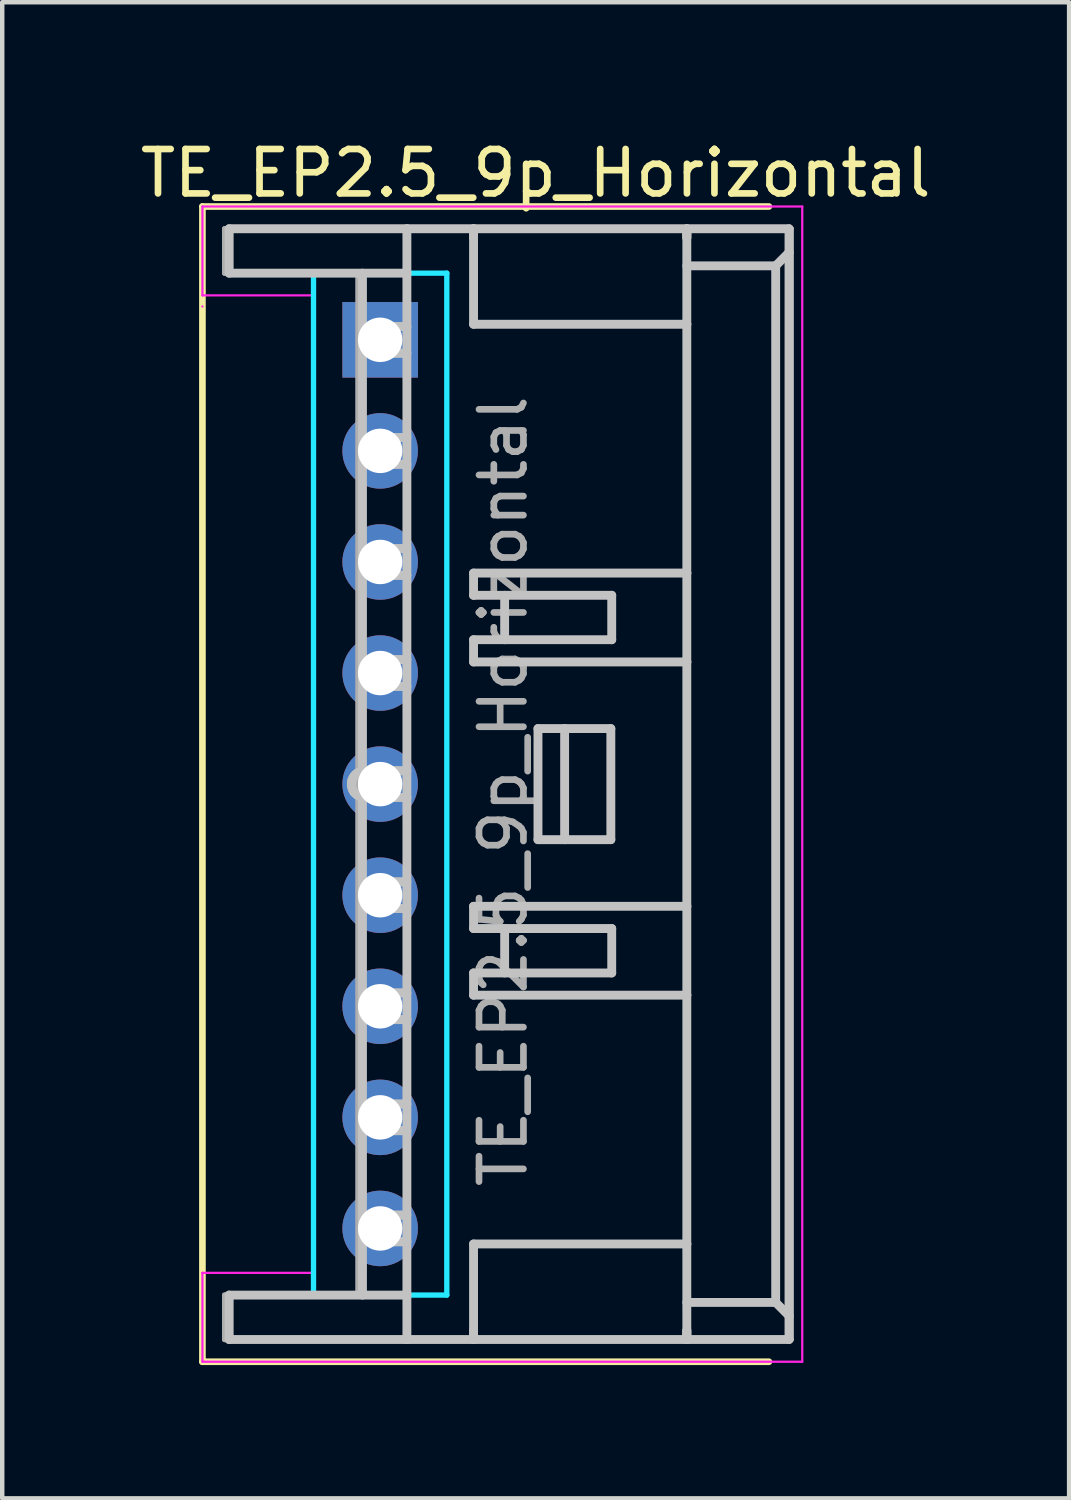
<source format=kicad_pcb>
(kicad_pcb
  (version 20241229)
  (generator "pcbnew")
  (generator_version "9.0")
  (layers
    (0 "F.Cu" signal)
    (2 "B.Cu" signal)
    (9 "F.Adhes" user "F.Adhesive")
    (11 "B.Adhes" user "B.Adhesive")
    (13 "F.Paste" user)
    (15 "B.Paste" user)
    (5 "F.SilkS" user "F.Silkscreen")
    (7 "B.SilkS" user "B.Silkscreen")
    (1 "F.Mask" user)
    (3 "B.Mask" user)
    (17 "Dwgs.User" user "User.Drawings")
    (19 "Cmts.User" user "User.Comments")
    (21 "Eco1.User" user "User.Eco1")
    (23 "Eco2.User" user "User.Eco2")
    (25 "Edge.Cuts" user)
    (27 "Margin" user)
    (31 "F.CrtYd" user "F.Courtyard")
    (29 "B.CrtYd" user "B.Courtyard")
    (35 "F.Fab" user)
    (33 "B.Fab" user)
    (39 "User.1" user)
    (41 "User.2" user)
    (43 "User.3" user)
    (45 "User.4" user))
  (footprint "TE_EP2.5_9p_Horizontal"
    (layer "F.Cu")
    (at 5.506 14.598)
    (property "Reference" "TE_EP2.5_9p_Horizontal" (at 3.5 -13.75 0) (layer "F.SilkS") (effects (font (size 1 1) (thickness 0.15))))
    (attr through_hole)
    (fp_line (start -4 -13) (end -4 13) (stroke (width 0.15) (type solid)) (layer "F.SilkS"))
    (fp_line (start -4 13) (end 8.75 13) (stroke (width 0.15) (type solid)) (layer "F.SilkS"))
    (fp_line (start 8.75 -13) (end -4 -13) (stroke (width 0.15) (type solid)) (layer "F.SilkS"))
    (fp_line (start -3.398 -12.5) (end 0.602 -12.5) (stroke (width 0.2) (type solid)) (layer "Dwgs.User"))
    (fp_line (start -3.398 -11.5) (end -3.398 -12.5) (stroke (width 0.2) (type solid)) (layer "Dwgs.User"))
    (fp_line (start -3.398 -11.5) (end 0.602 -11.5) (stroke (width 0.2) (type solid)) (layer "Dwgs.User"))
    (fp_line (start -3.398 11.5) (end 0.602 11.5) (stroke (width 0.2) (type solid)) (layer "Dwgs.User"))
    (fp_line (start -3.398 12.5) (end -3.398 11.5) (stroke (width 0.2) (type solid)) (layer "Dwgs.User"))
    (fp_line (start -3.398 12.5) (end 0.602 12.5) (stroke (width 0.2) (type solid)) (layer "Dwgs.User"))
    (fp_line (start -0.647 -0.027) (end -0.648 0) (stroke (width 0.2) (type solid)) (layer "Dwgs.User"))
    (fp_line (start -0.647 0.027) (end -0.648 0) (stroke (width 0.2) (type solid)) (layer "Dwgs.User"))
    (fp_line (start -0.639 -0.072) (end -0.647 -0.027) (stroke (width 0.2) (type solid)) (layer "Dwgs.User"))
    (fp_line (start -0.639 0.072) (end -0.647 0.027) (stroke (width 0.2) (type solid)) (layer "Dwgs.User"))
    (fp_line (start -0.631 -0.099) (end -0.639 -0.072) (stroke (width 0.2) (type solid)) (layer "Dwgs.User"))
    (fp_line (start -0.624 0.116) (end -0.639 0.072) (stroke (width 0.2) (type solid)) (layer "Dwgs.User"))
    (fp_line (start -0.624 0.116) (end -0.614 0.139) (stroke (width 0.2) (type solid)) (layer "Dwgs.User"))
    (fp_line (start -0.614 -0.139) (end -0.631 -0.099) (stroke (width 0.2) (type solid)) (layer "Dwgs.User"))
    (fp_line (start -0.614 0.139) (end -0.588 0.18) (stroke (width 0.2) (type solid)) (layer "Dwgs.User"))
    (fp_line (start -0.598 -0.165) (end -0.614 -0.139) (stroke (width 0.2) (type solid)) (layer "Dwgs.User"))
    (fp_line (start -0.588 0.18) (end -0.573 0.199) (stroke (width 0.2) (type solid)) (layer "Dwgs.User"))
    (fp_line (start -0.573 -0.199) (end -0.598 -0.165) (stroke (width 0.2) (type solid)) (layer "Dwgs.User"))
    (fp_line (start -0.573 0.199) (end -0.536 0.233) (stroke (width 0.2) (type solid)) (layer "Dwgs.User"))
    (fp_line (start -0.55 -0.222) (end -0.573 -0.199) (stroke (width 0.2) (type solid)) (layer "Dwgs.User"))
    (fp_line (start -0.536 0.233) (end -0.518 0.247) (stroke (width 0.2) (type solid)) (layer "Dwgs.User"))
    (fp_line (start -0.518 -0.247) (end -0.55 -0.222) (stroke (width 0.2) (type solid)) (layer "Dwgs.User"))
    (fp_line (start -0.518 0.247) (end -0.472 0.273) (stroke (width 0.2) (type solid)) (layer "Dwgs.User"))
    (fp_line (start -0.488 -0.265) (end -0.518 -0.247) (stroke (width 0.2) (type solid)) (layer "Dwgs.User"))
    (fp_line (start -0.488 -0.265) (end -0.454 -0.281) (stroke (width 0.2) (type solid)) (layer "Dwgs.User"))
    (fp_line (start -0.472 0.273) (end -0.454 0.281) (stroke (width 0.2) (type solid)) (layer "Dwgs.User"))
    (fp_line (start -0.409 -0.293) (end -0.454 -0.281) (stroke (width 0.2) (type solid)) (layer "Dwgs.User"))
    (fp_line (start -0.409 -0.293) (end -0.398 -0.296) (stroke (width 0.2) (type solid)) (layer "Dwgs.User"))
    (fp_line (start -0.398 0.295) (end -0.454 0.281) (stroke (width 0.2) (type solid)) (layer "Dwgs.User"))
    (fp_line (start -0.398 11.5) (end -0.398 -11.5) (stroke (width 0.2) (type solid)) (layer "Dwgs.User"))
    (fp_line (start -0.298 -10) (end -0.289 -10.072) (stroke (width 0.2) (type solid)) (layer "Dwgs.User"))
    (fp_line (start -0.298 -7.5) (end -0.289 -7.428) (stroke (width 0.2) (type solid)) (layer "Dwgs.User"))
    (fp_line (start -0.298 -5) (end -0.289 -4.928) (stroke (width 0.2) (type solid)) (layer "Dwgs.User"))
    (fp_line (start -0.298 -2.5) (end -0.289 -2.428) (stroke (width 0.2) (type solid)) (layer "Dwgs.User"))
    (fp_line (start -0.298 0) (end -0.289 -0.072) (stroke (width 0.2) (type solid)) (layer "Dwgs.User"))
    (fp_line (start -0.298 2.5) (end -0.289 2.572) (stroke (width 0.2) (type solid)) (layer "Dwgs.User"))
    (fp_line (start -0.298 5) (end -0.289 5.072) (stroke (width 0.2) (type solid)) (layer "Dwgs.User"))
    (fp_line (start -0.298 7.5) (end -0.289 7.572) (stroke (width 0.2) (type solid)) (layer "Dwgs.User"))
    (fp_line (start -0.298 10) (end -0.289 10.072) (stroke (width 0.2) (type solid)) (layer "Dwgs.User"))
    (fp_line (start -0.29 -10.07) (end -0.289 -10.071) (stroke (width 0.2) (type solid)) (layer "Dwgs.User"))
    (fp_line (start -0.29 -0.066) (end -0.292 -0.058) (stroke (width 0.2) (type solid)) (layer "Dwgs.User"))
    (fp_line (start -0.29 9.934) (end -0.292 9.942) (stroke (width 0.2) (type solid)) (layer "Dwgs.User"))
    (fp_line (start -0.289 -10.072) (end -0.264 -10.139) (stroke (width 0.2) (type solid)) (layer "Dwgs.User"))
    (fp_line (start -0.289 -9.928) (end -0.298 -10) (stroke (width 0.2) (type solid)) (layer "Dwgs.User"))
    (fp_line (start -0.289 -7.572) (end -0.298 -7.5) (stroke (width 0.2) (type solid)) (layer "Dwgs.User"))
    (fp_line (start -0.289 -7.428) (end -0.264 -7.361) (stroke (width 0.2) (type solid)) (layer "Dwgs.User"))
    (fp_line (start -0.289 -5.072) (end -0.298 -5) (stroke (width 0.2) (type solid)) (layer "Dwgs.User"))
    (fp_line (start -0.289 -4.928) (end -0.264 -4.861) (stroke (width 0.2) (type solid)) (layer "Dwgs.User"))
    (fp_line (start -0.289 -2.572) (end -0.298 -2.5) (stroke (width 0.2) (type solid)) (layer "Dwgs.User"))
    (fp_line (start -0.289 -2.428) (end -0.264 -2.361) (stroke (width 0.2) (type solid)) (layer "Dwgs.User"))
    (fp_line (start -0.289 -0.072) (end -0.264 -0.139) (stroke (width 0.2) (type solid)) (layer "Dwgs.User"))
    (fp_line (start -0.289 0.072) (end -0.298 0) (stroke (width 0.2) (type solid)) (layer "Dwgs.User"))
    (fp_line (start -0.289 2.428) (end -0.298 2.5) (stroke (width 0.2) (type solid)) (layer "Dwgs.User"))
    (fp_line (start -0.289 2.572) (end -0.264 2.639) (stroke (width 0.2) (type solid)) (layer "Dwgs.User"))
    (fp_line (start -0.289 4.928) (end -0.298 5) (stroke (width 0.2) (type solid)) (layer "Dwgs.User"))
    (fp_line (start -0.289 5.072) (end -0.264 5.139) (stroke (width 0.2) (type solid)) (layer "Dwgs.User"))
    (fp_line (start -0.289 7.428) (end -0.298 7.5) (stroke (width 0.2) (type solid)) (layer "Dwgs.User"))
    (fp_line (start -0.289 7.572) (end -0.264 7.639) (stroke (width 0.2) (type solid)) (layer "Dwgs.User"))
    (fp_line (start -0.289 9.928) (end -0.298 10) (stroke (width 0.2) (type solid)) (layer "Dwgs.User"))
    (fp_line (start -0.289 10.072) (end -0.264 10.139) (stroke (width 0.2) (type solid)) (layer "Dwgs.User"))
    (fp_line (start -0.275 -0.114) (end -0.284 -0.086) (stroke (width 0.2) (type solid)) (layer "Dwgs.User"))
    (fp_line (start -0.268 -0.127) (end -0.275 -0.114) (stroke (width 0.2) (type solid)) (layer "Dwgs.User"))
    (fp_line (start -0.268 9.873) (end -0.275 9.886) (stroke (width 0.2) (type solid)) (layer "Dwgs.User"))
    (fp_line (start -0.266 -10.136) (end -0.264 -10.137) (stroke (width 0.2) (type solid)) (layer "Dwgs.User"))
    (fp_line (start -0.264 -10.139) (end -0.223 -10.199) (stroke (width 0.2) (type solid)) (layer "Dwgs.User"))
    (fp_line (start -0.264 -9.861) (end -0.289 -9.928) (stroke (width 0.2) (type solid)) (layer "Dwgs.User"))
    (fp_line (start -0.264 -7.639) (end -0.289 -7.572) (stroke (width 0.2) (type solid)) (layer "Dwgs.User"))
    (fp_line (start -0.264 -7.361) (end -0.223 -7.301) (stroke (width 0.2) (type solid)) (layer "Dwgs.User"))
    (fp_line (start -0.264 -5.139) (end -0.289 -5.072) (stroke (width 0.2) (type solid)) (layer "Dwgs.User"))
    (fp_line (start -0.264 -4.861) (end -0.223 -4.801) (stroke (width 0.2) (type solid)) (layer "Dwgs.User"))
    (fp_line (start -0.264 -2.639) (end -0.289 -2.572) (stroke (width 0.2) (type solid)) (layer "Dwgs.User"))
    (fp_line (start -0.264 -2.361) (end -0.223 -2.301) (stroke (width 0.2) (type solid)) (layer "Dwgs.User"))
    (fp_line (start -0.264 -0.139) (end -0.223 -0.199) (stroke (width 0.2) (type solid)) (layer "Dwgs.User"))
    (fp_line (start -0.264 0.139) (end -0.289 0.072) (stroke (width 0.2) (type solid)) (layer "Dwgs.User"))
    (fp_line (start -0.264 2.361) (end -0.289 2.428) (stroke (width 0.2) (type solid)) (layer "Dwgs.User"))
    (fp_line (start -0.264 2.639) (end -0.223 2.699) (stroke (width 0.2) (type solid)) (layer "Dwgs.User"))
    (fp_line (start -0.264 4.861) (end -0.289 4.928) (stroke (width 0.2) (type solid)) (layer "Dwgs.User"))
    (fp_line (start -0.264 5.139) (end -0.223 5.199) (stroke (width 0.2) (type solid)) (layer "Dwgs.User"))
    (fp_line (start -0.264 7.361) (end -0.289 7.428) (stroke (width 0.2) (type solid)) (layer "Dwgs.User"))
    (fp_line (start -0.264 7.639) (end -0.223 7.699) (stroke (width 0.2) (type solid)) (layer "Dwgs.User"))
    (fp_line (start -0.264 9.861) (end -0.289 9.928) (stroke (width 0.2) (type solid)) (layer "Dwgs.User"))
    (fp_line (start -0.264 10.139) (end -0.223 10.199) (stroke (width 0.2) (type solid)) (layer "Dwgs.User"))
    (fp_line (start -0.248 -10.162) (end -0.227 -10.194) (stroke (width 0.2) (type solid)) (layer "Dwgs.User"))
    (fp_line (start -0.241 9.824) (end -0.252 9.844) (stroke (width 0.2) (type solid)) (layer "Dwgs.User"))
    (fp_line (start -0.231 -0.187) (end -0.241 -0.176) (stroke (width 0.2) (type solid)) (layer "Dwgs.User"))
    (fp_line (start -0.231 9.813) (end -0.241 9.824) (stroke (width 0.2) (type solid)) (layer "Dwgs.User"))
    (fp_line (start -0.227 -10.194) (end -0.224 -10.196) (stroke (width 0.2) (type solid)) (layer "Dwgs.User"))
    (fp_line (start -0.223 -10.199) (end -0.168 -10.247) (stroke (width 0.2) (type solid)) (layer "Dwgs.User"))
    (fp_line (start -0.223 -9.801) (end -0.264 -9.861) (stroke (width 0.2) (type solid)) (layer "Dwgs.User"))
    (fp_line (start -0.223 -7.699) (end -0.264 -7.639) (stroke (width 0.2) (type solid)) (layer "Dwgs.User"))
    (fp_line (start -0.223 -7.301) (end -0.168 -7.253) (stroke (width 0.2) (type solid)) (layer "Dwgs.User"))
    (fp_line (start -0.223 -5.199) (end -0.264 -5.139) (stroke (width 0.2) (type solid)) (layer "Dwgs.User"))
    (fp_line (start -0.223 -4.801) (end -0.168 -4.753) (stroke (width 0.2) (type solid)) (layer "Dwgs.User"))
    (fp_line (start -0.223 -2.699) (end -0.264 -2.639) (stroke (width 0.2) (type solid)) (layer "Dwgs.User"))
    (fp_line (start -0.223 -2.301) (end -0.168 -2.253) (stroke (width 0.2) (type solid)) (layer "Dwgs.User"))
    (fp_line (start -0.223 -0.199) (end -0.168 -0.247) (stroke (width 0.2) (type solid)) (layer "Dwgs.User"))
    (fp_line (start -0.223 0.199) (end -0.264 0.139) (stroke (width 0.2) (type solid)) (layer "Dwgs.User"))
    (fp_line (start -0.223 2.301) (end -0.264 2.361) (stroke (width 0.2) (type solid)) (layer "Dwgs.User"))
    (fp_line (start -0.223 2.699) (end -0.168 2.747) (stroke (width 0.2) (type solid)) (layer "Dwgs.User"))
    (fp_line (start -0.223 4.801) (end -0.264 4.861) (stroke (width 0.2) (type solid)) (layer "Dwgs.User"))
    (fp_line (start -0.223 5.199) (end -0.168 5.247) (stroke (width 0.2) (type solid)) (layer "Dwgs.User"))
    (fp_line (start -0.223 7.301) (end -0.264 7.361) (stroke (width 0.2) (type solid)) (layer "Dwgs.User"))
    (fp_line (start -0.223 7.699) (end -0.168 7.747) (stroke (width 0.2) (type solid)) (layer "Dwgs.User"))
    (fp_line (start -0.223 9.801) (end -0.264 9.861) (stroke (width 0.2) (type solid)) (layer "Dwgs.User"))
    (fp_line (start -0.223 10.199) (end -0.168 10.247) (stroke (width 0.2) (type solid)) (layer "Dwgs.User"))
    (fp_line (start -0.168 -10.247) (end -0.104 -10.281) (stroke (width 0.2) (type solid)) (layer "Dwgs.User"))
    (fp_line (start -0.168 -9.753) (end -0.223 -9.801) (stroke (width 0.2) (type solid)) (layer "Dwgs.User"))
    (fp_line (start -0.168 -7.747) (end -0.223 -7.699) (stroke (width 0.2) (type solid)) (layer "Dwgs.User"))
    (fp_line (start -0.168 -7.253) (end -0.104 -7.219) (stroke (width 0.2) (type solid)) (layer "Dwgs.User"))
    (fp_line (start -0.168 -5.247) (end -0.223 -5.199) (stroke (width 0.2) (type solid)) (layer "Dwgs.User"))
    (fp_line (start -0.168 -4.753) (end -0.104 -4.719) (stroke (width 0.2) (type solid)) (layer "Dwgs.User"))
    (fp_line (start -0.168 -2.747) (end -0.223 -2.699) (stroke (width 0.2) (type solid)) (layer "Dwgs.User"))
    (fp_line (start -0.168 -2.253) (end -0.104 -2.219) (stroke (width 0.2) (type solid)) (layer "Dwgs.User"))
    (fp_line (start -0.168 -0.247) (end -0.104 -0.281) (stroke (width 0.2) (type solid)) (layer "Dwgs.User"))
    (fp_line (start -0.168 0.247) (end -0.223 0.199) (stroke (width 0.2) (type solid)) (layer "Dwgs.User"))
    (fp_line (start -0.168 2.253) (end -0.223 2.301) (stroke (width 0.2) (type solid)) (layer "Dwgs.User"))
    (fp_line (start -0.168 2.747) (end -0.104 2.781) (stroke (width 0.2) (type solid)) (layer "Dwgs.User"))
    (fp_line (start -0.168 4.753) (end -0.223 4.801) (stroke (width 0.2) (type solid)) (layer "Dwgs.User"))
    (fp_line (start -0.168 5.247) (end -0.104 5.281) (stroke (width 0.2) (type solid)) (layer "Dwgs.User"))
    (fp_line (start -0.168 7.253) (end -0.223 7.301) (stroke (width 0.2) (type solid)) (layer "Dwgs.User"))
    (fp_line (start -0.168 7.747) (end -0.104 7.781) (stroke (width 0.2) (type solid)) (layer "Dwgs.User"))
    (fp_line (start -0.168 9.753) (end -0.223 9.801) (stroke (width 0.2) (type solid)) (layer "Dwgs.User"))
    (fp_line (start -0.168 10.247) (end -0.104 10.281) (stroke (width 0.2) (type solid)) (layer "Dwgs.User"))
    (fp_line (start -0.104 -10.281) (end -0.034 -10.298) (stroke (width 0.2) (type solid)) (layer "Dwgs.User"))
    (fp_line (start -0.104 -9.719) (end -0.168 -9.753) (stroke (width 0.2) (type solid)) (layer "Dwgs.User"))
    (fp_line (start -0.104 -7.781) (end -0.168 -7.747) (stroke (width 0.2) (type solid)) (layer "Dwgs.User"))
    (fp_line (start -0.104 -7.219) (end -0.034 -7.202) (stroke (width 0.2) (type solid)) (layer "Dwgs.User"))
    (fp_line (start -0.104 -5.281) (end -0.168 -5.247) (stroke (width 0.2) (type solid)) (layer "Dwgs.User"))
    (fp_line (start -0.104 -4.719) (end -0.034 -4.702) (stroke (width 0.2) (type solid)) (layer "Dwgs.User"))
    (fp_line (start -0.104 -2.781) (end -0.168 -2.747) (stroke (width 0.2) (type solid)) (layer "Dwgs.User"))
    (fp_line (start -0.104 -2.219) (end -0.034 -2.202) (stroke (width 0.2) (type solid)) (layer "Dwgs.User"))
    (fp_line (start -0.104 -0.281) (end -0.034 -0.298) (stroke (width 0.2) (type solid)) (layer "Dwgs.User"))
    (fp_line (start -0.104 0.281) (end -0.168 0.247) (stroke (width 0.2) (type solid)) (layer "Dwgs.User"))
    (fp_line (start -0.104 2.219) (end -0.168 2.253) (stroke (width 0.2) (type solid)) (layer "Dwgs.User"))
    (fp_line (start -0.104 2.781) (end -0.034 2.798) (stroke (width 0.2) (type solid)) (layer "Dwgs.User"))
    (fp_line (start -0.104 4.719) (end -0.168 4.753) (stroke (width 0.2) (type solid)) (layer "Dwgs.User"))
    (fp_line (start -0.104 5.281) (end -0.034 5.298) (stroke (width 0.2) (type solid)) (layer "Dwgs.User"))
    (fp_line (start -0.104 7.219) (end -0.168 7.253) (stroke (width 0.2) (type solid)) (layer "Dwgs.User"))
    (fp_line (start -0.104 7.781) (end -0.034 7.798) (stroke (width 0.2) (type solid)) (layer "Dwgs.User"))
    (fp_line (start -0.104 9.719) (end -0.168 9.753) (stroke (width 0.2) (type solid)) (layer "Dwgs.User"))
    (fp_line (start -0.104 10.281) (end -0.034 10.298) (stroke (width 0.2) (type solid)) (layer "Dwgs.User"))
    (fp_line (start -0.034 -9.702) (end -0.104 -9.719) (stroke (width 0.2) (type solid)) (layer "Dwgs.User"))
    (fp_line (start -0.034 -7.798) (end -0.104 -7.781) (stroke (width 0.2) (type solid)) (layer "Dwgs.User"))
    (fp_line (start -0.034 -7.202) (end 0.008 -7.202) (stroke (width 0.2) (type solid)) (layer "Dwgs.User"))
    (fp_line (start -0.034 -5.298) (end -0.104 -5.281) (stroke (width 0.2) (type solid)) (layer "Dwgs.User"))
    (fp_line (start -0.034 -4.702) (end 0.008 -4.702) (stroke (width 0.2) (type solid)) (layer "Dwgs.User"))
    (fp_line (start -0.034 -2.798) (end -0.104 -2.781) (stroke (width 0.2) (type solid)) (layer "Dwgs.User"))
    (fp_line (start -0.034 -2.202) (end 0.008 -2.202) (stroke (width 0.2) (type solid)) (layer "Dwgs.User"))
    (fp_line (start -0.034 -0.298) (end -0.014 -0.298) (stroke (width 0.2) (type solid)) (layer "Dwgs.User"))
    (fp_line (start -0.034 -0.298) (end -0.011 -0.298) (stroke (width 0.2) (type solid)) (layer "Dwgs.User"))
    (fp_line (start -0.034 0.298) (end -0.104 0.281) (stroke (width 0.2) (type solid)) (layer "Dwgs.User"))
    (fp_line (start -0.034 2.202) (end -0.104 2.219) (stroke (width 0.2) (type solid)) (layer "Dwgs.User"))
    (fp_line (start -0.034 2.798) (end 0.008 2.798) (stroke (width 0.2) (type solid)) (layer "Dwgs.User"))
    (fp_line (start -0.034 4.702) (end -0.104 4.719) (stroke (width 0.2) (type solid)) (layer "Dwgs.User"))
    (fp_line (start -0.034 5.298) (end 0.008 5.298) (stroke (width 0.2) (type solid)) (layer "Dwgs.User"))
    (fp_line (start -0.034 7.202) (end -0.104 7.219) (stroke (width 0.2) (type solid)) (layer "Dwgs.User"))
    (fp_line (start -0.034 7.798) (end 0.008 7.798) (stroke (width 0.2) (type solid)) (layer "Dwgs.User"))
    (fp_line (start -0.034 9.702) (end -0.104 9.719) (stroke (width 0.2) (type solid)) (layer "Dwgs.User"))
    (fp_line (start -0.034 10.298) (end 0.008 10.298) (stroke (width 0.2) (type solid)) (layer "Dwgs.User"))
    (fp_line (start -0.018 -10.298) (end 0.029 -10.298) (stroke (width 0.2) (type solid)) (layer "Dwgs.User"))
    (fp_line (start 0.008 -9.702) (end -0.034 -9.702) (stroke (width 0.2) (type solid)) (layer "Dwgs.User"))
    (fp_line (start 0.01 -10.301) (end -0.034 -10.298) (stroke (width 0.2) (type solid)) (layer "Dwgs.User"))
    (fp_line (start 0.01 -7.801) (end -0.034 -7.798) (stroke (width 0.2) (type solid)) (layer "Dwgs.User"))
    (fp_line (start 0.01 -5.301) (end -0.034 -5.298) (stroke (width 0.2) (type solid)) (layer "Dwgs.User"))
    (fp_line (start 0.01 -2.801) (end -0.034 -2.798) (stroke (width 0.2) (type solid)) (layer "Dwgs.User"))
    (fp_line (start 0.01 2.199) (end -0.034 2.202) (stroke (width 0.2) (type solid)) (layer "Dwgs.User"))
    (fp_line (start 0.01 4.699) (end -0.034 4.702) (stroke (width 0.2) (type solid)) (layer "Dwgs.User"))
    (fp_line (start 0.01 7.199) (end -0.034 7.202) (stroke (width 0.2) (type solid)) (layer "Dwgs.User"))
    (fp_line (start 0.01 9.699) (end -0.034 9.702) (stroke (width 0.2) (type solid)) (layer "Dwgs.User"))
    (fp_line (start 0.016 -0.301) (end 0.018 -0.301) (stroke (width 0.2) (type solid)) (layer "Dwgs.User"))
    (fp_line (start 0.017 0.3) (end -0.034 0.298) (stroke (width 0.2) (type solid)) (layer "Dwgs.User"))
    (fp_line (start 0.017 0.3) (end 0.04 0.3) (stroke (width 0.2) (type solid)) (layer "Dwgs.User"))
    (fp_line (start 0.018 -0.301) (end 0.061 -0.3) (stroke (width 0.2) (type solid)) (layer "Dwgs.User"))
    (fp_line (start 0.029 -7.798) (end -0.018 -7.798) (stroke (width 0.2) (type solid)) (layer "Dwgs.User"))
    (fp_line (start 0.029 -5.298) (end -0.018 -5.298) (stroke (width 0.2) (type solid)) (layer "Dwgs.User"))
    (fp_line (start 0.029 -2.798) (end -0.018 -2.798) (stroke (width 0.2) (type solid)) (layer "Dwgs.User"))
    (fp_line (start 0.029 2.202) (end -0.018 2.202) (stroke (width 0.2) (type solid)) (layer "Dwgs.User"))
    (fp_line (start 0.029 4.702) (end -0.018 4.702) (stroke (width 0.2) (type solid)) (layer "Dwgs.User"))
    (fp_line (start 0.029 7.202) (end -0.018 7.202) (stroke (width 0.2) (type solid)) (layer "Dwgs.User"))
    (fp_line (start 0.029 9.702) (end -0.018 9.702) (stroke (width 0.2) (type solid)) (layer "Dwgs.User"))
    (fp_line (start 0.04 -9.7) (end 0.017 -9.702) (stroke (width 0.2) (type solid)) (layer "Dwgs.User"))
    (fp_line (start 0.04 -7.2) (end 0.017 -7.202) (stroke (width 0.2) (type solid)) (layer "Dwgs.User"))
    (fp_line (start 0.04 -4.7) (end 0.017 -4.702) (stroke (width 0.2) (type solid)) (layer "Dwgs.User"))
    (fp_line (start 0.04 -2.2) (end 0.017 -2.202) (stroke (width 0.2) (type solid)) (layer "Dwgs.User"))
    (fp_line (start 0.04 0.3) (end 0.061 0.3) (stroke (width 0.2) (type solid)) (layer "Dwgs.User"))
    (fp_line (start 0.04 2.8) (end 0.017 2.798) (stroke (width 0.2) (type solid)) (layer "Dwgs.User"))
    (fp_line (start 0.04 5.3) (end 0.017 5.298) (stroke (width 0.2) (type solid)) (layer "Dwgs.User"))
    (fp_line (start 0.04 7.8) (end 0.017 7.798) (stroke (width 0.2) (type solid)) (layer "Dwgs.User"))
    (fp_line (start 0.04 10.3) (end 0.017 10.298) (stroke (width 0.2) (type solid)) (layer "Dwgs.User"))
    (fp_line (start 0.061 -10.3) (end 0.018 -10.302) (stroke (width 0.2) (type solid)) (layer "Dwgs.User"))
    (fp_line (start 0.061 -9.7) (end 0.04 -9.7) (stroke (width 0.2) (type solid)) (layer "Dwgs.User"))
    (fp_line (start 0.061 -7.8) (end 0.018 -7.802) (stroke (width 0.2) (type solid)) (layer "Dwgs.User"))
    (fp_line (start 0.061 -7.2) (end 0.04 -7.2) (stroke (width 0.2) (type solid)) (layer "Dwgs.User"))
    (fp_line (start 0.061 -5.3) (end 0.018 -5.302) (stroke (width 0.2) (type solid)) (layer "Dwgs.User"))
    (fp_line (start 0.061 -4.7) (end 0.04 -4.7) (stroke (width 0.2) (type solid)) (layer "Dwgs.User"))
    (fp_line (start 0.061 -2.8) (end 0.018 -2.802) (stroke (width 0.2) (type solid)) (layer "Dwgs.User"))
    (fp_line (start 0.061 -2.2) (end 0.04 -2.2) (stroke (width 0.2) (type solid)) (layer "Dwgs.User"))
    (fp_line (start 0.061 -0.3) (end 0.082 -0.3) (stroke (width 0.2) (type solid)) (layer "Dwgs.User"))
    (fp_line (start 0.061 0.3) (end 0.093 0.3) (stroke (width 0.2) (type solid)) (layer "Dwgs.User"))
    (fp_line (start 0.061 2.2) (end 0.018 2.198) (stroke (width 0.2) (type solid)) (layer "Dwgs.User"))
    (fp_line (start 0.061 2.8) (end 0.04 2.8) (stroke (width 0.2) (type solid)) (layer "Dwgs.User"))
    (fp_line (start 0.061 4.7) (end 0.018 4.698) (stroke (width 0.2) (type solid)) (layer "Dwgs.User"))
    (fp_line (start 0.061 5.3) (end 0.04 5.3) (stroke (width 0.2) (type solid)) (layer "Dwgs.User"))
    (fp_line (start 0.061 7.2) (end 0.018 7.198) (stroke (width 0.2) (type solid)) (layer "Dwgs.User"))
    (fp_line (start 0.061 7.8) (end 0.04 7.8) (stroke (width 0.2) (type solid)) (layer "Dwgs.User"))
    (fp_line (start 0.061 9.7) (end 0.018 9.698) (stroke (width 0.2) (type solid)) (layer "Dwgs.User"))
    (fp_line (start 0.061 10.3) (end 0.04 10.3) (stroke (width 0.2) (type solid)) (layer "Dwgs.User"))
    (fp_line (start 0.082 -10.3) (end 0.061 -10.3) (stroke (width 0.2) (type solid)) (layer "Dwgs.User"))
    (fp_line (start 0.082 -10.3) (end 0.133 -10.3) (stroke (width 0.2) (type solid)) (layer "Dwgs.User"))
    (fp_line (start 0.082 -7.8) (end 0.061 -7.8) (stroke (width 0.2) (type solid)) (layer "Dwgs.User"))
    (fp_line (start 0.082 -7.8) (end 0.133 -7.8) (stroke (width 0.2) (type solid)) (layer "Dwgs.User"))
    (fp_line (start 0.082 -5.3) (end 0.061 -5.3) (stroke (width 0.2) (type solid)) (layer "Dwgs.User"))
    (fp_line (start 0.082 -5.3) (end 0.133 -5.3) (stroke (width 0.2) (type solid)) (layer "Dwgs.User"))
    (fp_line (start 0.082 -2.8) (end 0.061 -2.8) (stroke (width 0.2) (type solid)) (layer "Dwgs.User"))
    (fp_line (start 0.082 -2.8) (end 0.133 -2.8) (stroke (width 0.2) (type solid)) (layer "Dwgs.User"))
    (fp_line (start 0.082 -0.3) (end 0.133 -0.3) (stroke (width 0.2) (type solid)) (layer "Dwgs.User"))
    (fp_line (start 0.082 2.2) (end 0.061 2.2) (stroke (width 0.2) (type solid)) (layer "Dwgs.User"))
    (fp_line (start 0.082 2.2) (end 0.133 2.2) (stroke (width 0.2) (type solid)) (layer "Dwgs.User"))
    (fp_line (start 0.082 4.7) (end 0.061 4.7) (stroke (width 0.2) (type solid)) (layer "Dwgs.User"))
    (fp_line (start 0.082 4.7) (end 0.133 4.7) (stroke (width 0.2) (type solid)) (layer "Dwgs.User"))
    (fp_line (start 0.082 7.2) (end 0.061 7.2) (stroke (width 0.2) (type solid)) (layer "Dwgs.User"))
    (fp_line (start 0.082 7.2) (end 0.133 7.2) (stroke (width 0.2) (type solid)) (layer "Dwgs.User"))
    (fp_line (start 0.082 9.7) (end 0.061 9.7) (stroke (width 0.2) (type solid)) (layer "Dwgs.User"))
    (fp_line (start 0.082 9.7) (end 0.133 9.7) (stroke (width 0.2) (type solid)) (layer "Dwgs.User"))
    (fp_line (start 0.093 -9.7) (end 0.061 -9.7) (stroke (width 0.2) (type solid)) (layer "Dwgs.User"))
    (fp_line (start 0.093 -9.7) (end 0.133 -9.7) (stroke (width 0.2) (type solid)) (layer "Dwgs.User"))
    (fp_line (start 0.093 -7.2) (end 0.061 -7.2) (stroke (width 0.2) (type solid)) (layer "Dwgs.User"))
    (fp_line (start 0.093 -7.2) (end 0.133 -7.2) (stroke (width 0.2) (type solid)) (layer "Dwgs.User"))
    (fp_line (start 0.093 -4.7) (end 0.061 -4.7) (stroke (width 0.2) (type solid)) (layer "Dwgs.User"))
    (fp_line (start 0.093 -4.7) (end 0.133 -4.7) (stroke (width 0.2) (type solid)) (layer "Dwgs.User"))
    (fp_line (start 0.093 -2.2) (end 0.061 -2.2) (stroke (width 0.2) (type solid)) (layer "Dwgs.User"))
    (fp_line (start 0.093 -2.2) (end 0.133 -2.2) (stroke (width 0.2) (type solid)) (layer "Dwgs.User"))
    (fp_line (start 0.093 0.3) (end 0.133 0.3) (stroke (width 0.2) (type solid)) (layer "Dwgs.User"))
    (fp_line (start 0.093 2.8) (end 0.061 2.8) (stroke (width 0.2) (type solid)) (layer "Dwgs.User"))
    (fp_line (start 0.093 2.8) (end 0.133 2.8) (stroke (width 0.2) (type solid)) (layer "Dwgs.User"))
    (fp_line (start 0.093 5.3) (end 0.061 5.3) (stroke (width 0.2) (type solid)) (layer "Dwgs.User"))
    (fp_line (start 0.093 5.3) (end 0.133 5.3) (stroke (width 0.2) (type solid)) (layer "Dwgs.User"))
    (fp_line (start 0.093 7.8) (end 0.061 7.8) (stroke (width 0.2) (type solid)) (layer "Dwgs.User"))
    (fp_line (start 0.093 7.8) (end 0.133 7.8) (stroke (width 0.2) (type solid)) (layer "Dwgs.User"))
    (fp_line (start 0.093 10.3) (end 0.061 10.3) (stroke (width 0.2) (type solid)) (layer "Dwgs.User"))
    (fp_line (start 0.093 10.3) (end 0.133 10.3) (stroke (width 0.2) (type solid)) (layer "Dwgs.User"))
    (fp_line (start 0.133 -10.3) (end 0.169 -10.3) (stroke (width 0.2) (type solid)) (layer "Dwgs.User"))
    (fp_line (start 0.133 -7.2) (end 0.175 -7.2) (stroke (width 0.2) (type solid)) (layer "Dwgs.User"))
    (fp_line (start 0.133 -4.7) (end 0.175 -4.7) (stroke (width 0.2) (type solid)) (layer "Dwgs.User"))
    (fp_line (start 0.133 -2.2) (end 0.175 -2.2) (stroke (width 0.2) (type solid)) (layer "Dwgs.User"))
    (fp_line (start 0.133 -0.3) (end 0.169 -0.3) (stroke (width 0.2) (type solid)) (layer "Dwgs.User"))
    (fp_line (start 0.133 0.3) (end 0.175 0.3) (stroke (width 0.2) (type solid)) (layer "Dwgs.User"))
    (fp_line (start 0.133 2.8) (end 0.175 2.8) (stroke (width 0.2) (type solid)) (layer "Dwgs.User"))
    (fp_line (start 0.133 5.3) (end 0.175 5.3) (stroke (width 0.2) (type solid)) (layer "Dwgs.User"))
    (fp_line (start 0.169 -7.8) (end 0.133 -7.8) (stroke (width 0.2) (type solid)) (layer "Dwgs.User"))
    (fp_line (start 0.169 -5.3) (end 0.133 -5.3) (stroke (width 0.2) (type solid)) (layer "Dwgs.User"))
    (fp_line (start 0.169 -2.8) (end 0.133 -2.8) (stroke (width 0.2) (type solid)) (layer "Dwgs.User"))
    (fp_line (start 0.169 -0.3) (end 0.228 -0.3) (stroke (width 0.2) (type solid)) (layer "Dwgs.User"))
    (fp_line (start 0.169 2.2) (end 0.133 2.2) (stroke (width 0.2) (type solid)) (layer "Dwgs.User"))
    (fp_line (start 0.169 4.7) (end 0.133 4.7) (stroke (width 0.2) (type solid)) (layer "Dwgs.User"))
    (fp_line (start 0.169 7.2) (end 0.133 7.2) (stroke (width 0.2) (type solid)) (layer "Dwgs.User"))
    (fp_line (start 0.169 9.7) (end 0.133 9.7) (stroke (width 0.2) (type solid)) (layer "Dwgs.User"))
    (fp_line (start 0.175 -9.7) (end 0.133 -9.7) (stroke (width 0.2) (type solid)) (layer "Dwgs.User"))
    (fp_line (start 0.175 0.3) (end 0.228 0.3) (stroke (width 0.2) (type solid)) (layer "Dwgs.User"))
    (fp_line (start 0.175 7.8) (end 0.133 7.8) (stroke (width 0.2) (type solid)) (layer "Dwgs.User"))
    (fp_line (start 0.175 10.3) (end 0.133 10.3) (stroke (width 0.2) (type solid)) (layer "Dwgs.User"))
    (fp_line (start 0.228 -10.3) (end 0.169 -10.3) (stroke (width 0.2) (type solid)) (layer "Dwgs.User"))
    (fp_line (start 0.228 -9.7) (end 0.175 -9.7) (stroke (width 0.2) (type solid)) (layer "Dwgs.User"))
    (fp_line (start 0.228 -7.8) (end 0.169 -7.8) (stroke (width 0.2) (type solid)) (layer "Dwgs.User"))
    (fp_line (start 0.228 -7.2) (end 0.175 -7.2) (stroke (width 0.2) (type solid)) (layer "Dwgs.User"))
    (fp_line (start 0.228 -5.3) (end 0.169 -5.3) (stroke (width 0.2) (type solid)) (layer "Dwgs.User"))
    (fp_line (start 0.228 -4.7) (end 0.175 -4.7) (stroke (width 0.2) (type solid)) (layer "Dwgs.User"))
    (fp_line (start 0.228 -2.8) (end 0.169 -2.8) (stroke (width 0.2) (type solid)) (layer "Dwgs.User"))
    (fp_line (start 0.228 -2.2) (end 0.175 -2.2) (stroke (width 0.2) (type solid)) (layer "Dwgs.User"))
    (fp_line (start 0.228 2.2) (end 0.169 2.2) (stroke (width 0.2) (type solid)) (layer "Dwgs.User"))
    (fp_line (start 0.228 2.8) (end 0.175 2.8) (stroke (width 0.2) (type solid)) (layer "Dwgs.User"))
    (fp_line (start 0.228 4.7) (end 0.169 4.7) (stroke (width 0.2) (type solid)) (layer "Dwgs.User"))
    (fp_line (start 0.228 5.3) (end 0.175 5.3) (stroke (width 0.2) (type solid)) (layer "Dwgs.User"))
    (fp_line (start 0.228 7.2) (end 0.169 7.2) (stroke (width 0.2) (type solid)) (layer "Dwgs.User"))
    (fp_line (start 0.228 7.8) (end 0.175 7.8) (stroke (width 0.2) (type solid)) (layer "Dwgs.User"))
    (fp_line (start 0.228 9.7) (end 0.169 9.7) (stroke (width 0.2) (type solid)) (layer "Dwgs.User"))
    (fp_line (start 0.228 10.3) (end 0.175 10.3) (stroke (width 0.2) (type solid)) (layer "Dwgs.User"))
    (fp_line (start 0.277 -10.3) (end 0.228 -10.3) (stroke (width 0.2) (type solid)) (layer "Dwgs.User"))
    (fp_line (start 0.277 -7.8) (end 0.228 -7.8) (stroke (width 0.2) (type solid)) (layer "Dwgs.User"))
    (fp_line (start 0.277 -5.3) (end 0.228 -5.3) (stroke (width 0.2) (type solid)) (layer "Dwgs.User"))
    (fp_line (start 0.277 -2.8) (end 0.228 -2.8) (stroke (width 0.2) (type solid)) (layer "Dwgs.User"))
    (fp_line (start 0.277 -0.3) (end 0.228 -0.3) (stroke (width 0.2) (type solid)) (layer "Dwgs.User"))
    (fp_line (start 0.277 -0.3) (end 0.342 -0.3) (stroke (width 0.2) (type solid)) (layer "Dwgs.User"))
    (fp_line (start 0.277 2.2) (end 0.228 2.2) (stroke (width 0.2) (type solid)) (layer "Dwgs.User"))
    (fp_line (start 0.277 4.7) (end 0.228 4.7) (stroke (width 0.2) (type solid)) (layer "Dwgs.User"))
    (fp_line (start 0.277 7.2) (end 0.228 7.2) (stroke (width 0.2) (type solid)) (layer "Dwgs.User"))
    (fp_line (start 0.277 9.7) (end 0.228 9.7) (stroke (width 0.2) (type solid)) (layer "Dwgs.User"))
    (fp_line (start 0.28 -9.7) (end 0.228 -9.7) (stroke (width 0.2) (type solid)) (layer "Dwgs.User"))
    (fp_line (start 0.28 -7.2) (end 0.228 -7.2) (stroke (width 0.2) (type solid)) (layer "Dwgs.User"))
    (fp_line (start 0.28 -4.7) (end 0.228 -4.7) (stroke (width 0.2) (type solid)) (layer "Dwgs.User"))
    (fp_line (start 0.28 -2.2) (end 0.228 -2.2) (stroke (width 0.2) (type solid)) (layer "Dwgs.User"))
    (fp_line (start 0.28 0.3) (end 0.228 0.3) (stroke (width 0.2) (type solid)) (layer "Dwgs.User"))
    (fp_line (start 0.28 0.3) (end 0.342 0.3) (stroke (width 0.2) (type solid)) (layer "Dwgs.User"))
    (fp_line (start 0.28 2.8) (end 0.228 2.8) (stroke (width 0.2) (type solid)) (layer "Dwgs.User"))
    (fp_line (start 0.28 5.3) (end 0.228 5.3) (stroke (width 0.2) (type solid)) (layer "Dwgs.User"))
    (fp_line (start 0.28 7.8) (end 0.228 7.8) (stroke (width 0.2) (type solid)) (layer "Dwgs.User"))
    (fp_line (start 0.28 10.3) (end 0.228 10.3) (stroke (width 0.2) (type solid)) (layer "Dwgs.User"))
    (fp_line (start 0.321 10.3) (end 0.306 10.3) (stroke (width 0.2) (type solid)) (layer "Dwgs.User"))
    (fp_line (start 0.342 -10.3) (end 0.277 -10.3) (stroke (width 0.2) (type solid)) (layer "Dwgs.User"))
    (fp_line (start 0.342 -9.7) (end 0.28 -9.7) (stroke (width 0.2) (type solid)) (layer "Dwgs.User"))
    (fp_line (start 0.342 -7.8) (end 0.277 -7.8) (stroke (width 0.2) (type solid)) (layer "Dwgs.User"))
    (fp_line (start 0.342 -7.2) (end 0.28 -7.2) (stroke (width 0.2) (type solid)) (layer "Dwgs.User"))
    (fp_line (start 0.342 -5.3) (end 0.277 -5.3) (stroke (width 0.2) (type solid)) (layer "Dwgs.User"))
    (fp_line (start 0.342 -4.7) (end 0.28 -4.7) (stroke (width 0.2) (type solid)) (layer "Dwgs.User"))
    (fp_line (start 0.342 -2.8) (end 0.277 -2.8) (stroke (width 0.2) (type solid)) (layer "Dwgs.User"))
    (fp_line (start 0.342 -2.2) (end 0.28 -2.2) (stroke (width 0.2) (type solid)) (layer "Dwgs.User"))
    (fp_line (start 0.342 -0.3) (end 0.401 -0.3) (stroke (width 0.2) (type solid)) (layer "Dwgs.User"))
    (fp_line (start 0.342 0.3) (end 0.402 0.3) (stroke (width 0.2) (type solid)) (layer "Dwgs.User"))
    (fp_line (start 0.342 2.2) (end 0.277 2.2) (stroke (width 0.2) (type solid)) (layer "Dwgs.User"))
    (fp_line (start 0.342 2.8) (end 0.28 2.8) (stroke (width 0.2) (type solid)) (layer "Dwgs.User"))
    (fp_line (start 0.342 4.7) (end 0.277 4.7) (stroke (width 0.2) (type solid)) (layer "Dwgs.User"))
    (fp_line (start 0.342 5.3) (end 0.28 5.3) (stroke (width 0.2) (type solid)) (layer "Dwgs.User"))
    (fp_line (start 0.342 7.2) (end 0.277 7.2) (stroke (width 0.2) (type solid)) (layer "Dwgs.User"))
    (fp_line (start 0.342 7.8) (end 0.28 7.8) (stroke (width 0.2) (type solid)) (layer "Dwgs.User"))
    (fp_line (start 0.342 9.7) (end 0.277 9.7) (stroke (width 0.2) (type solid)) (layer "Dwgs.User"))
    (fp_line (start 0.342 10.3) (end 0.28 10.3) (stroke (width 0.2) (type solid)) (layer "Dwgs.User"))
    (fp_line (start 0.401 -10.3) (end 0.342 -10.3) (stroke (width 0.2) (type solid)) (layer "Dwgs.User"))
    (fp_line (start 0.401 -7.8) (end 0.342 -7.8) (stroke (width 0.2) (type solid)) (layer "Dwgs.User"))
    (fp_line (start 0.401 -5.3) (end 0.342 -5.3) (stroke (width 0.2) (type solid)) (layer "Dwgs.User"))
    (fp_line (start 0.401 -2.8) (end 0.342 -2.8) (stroke (width 0.2) (type solid)) (layer "Dwgs.User"))
    (fp_line (start 0.401 -0.3) (end 0.468 -0.3) (stroke (width 0.2) (type solid)) (layer "Dwgs.User"))
    (fp_line (start 0.401 2.2) (end 0.342 2.2) (stroke (width 0.2) (type solid)) (layer "Dwgs.User"))
    (fp_line (start 0.401 4.7) (end 0.342 4.7) (stroke (width 0.2) (type solid)) (layer "Dwgs.User"))
    (fp_line (start 0.401 7.2) (end 0.342 7.2) (stroke (width 0.2) (type solid)) (layer "Dwgs.User"))
    (fp_line (start 0.401 9.7) (end 0.342 9.7) (stroke (width 0.2) (type solid)) (layer "Dwgs.User"))
    (fp_line (start 0.402 -9.7) (end 0.342 -9.7) (stroke (width 0.2) (type solid)) (layer "Dwgs.User"))
    (fp_line (start 0.402 -7.2) (end 0.342 -7.2) (stroke (width 0.2) (type solid)) (layer "Dwgs.User"))
    (fp_line (start 0.402 -4.7) (end 0.342 -4.7) (stroke (width 0.2) (type solid)) (layer "Dwgs.User"))
    (fp_line (start 0.402 -2.2) (end 0.342 -2.2) (stroke (width 0.2) (type solid)) (layer "Dwgs.User"))
    (fp_line (start 0.402 0.3) (end 0.468 0.3) (stroke (width 0.2) (type solid)) (layer "Dwgs.User"))
    (fp_line (start 0.402 2.8) (end 0.342 2.8) (stroke (width 0.2) (type solid)) (layer "Dwgs.User"))
    (fp_line (start 0.402 5.3) (end 0.342 5.3) (stroke (width 0.2) (type solid)) (layer "Dwgs.User"))
    (fp_line (start 0.402 7.8) (end 0.342 7.8) (stroke (width 0.2) (type solid)) (layer "Dwgs.User"))
    (fp_line (start 0.402 10.3) (end 0.342 10.3) (stroke (width 0.2) (type solid)) (layer "Dwgs.User"))
    (fp_line (start 0.468 -10.3) (end 0.401 -10.3) (stroke (width 0.2) (type solid)) (layer "Dwgs.User"))
    (fp_line (start 0.468 -9.7) (end 0.402 -9.7) (stroke (width 0.2) (type solid)) (layer "Dwgs.User"))
    (fp_line (start 0.468 -9.7) (end 0.534 -9.7) (stroke (width 0.2) (type solid)) (layer "Dwgs.User"))
    (fp_line (start 0.468 -7.8) (end 0.401 -7.8) (stroke (width 0.2) (type solid)) (layer "Dwgs.User"))
    (fp_line (start 0.468 -7.8) (end 0.534 -7.8) (stroke (width 0.2) (type solid)) (layer "Dwgs.User"))
    (fp_line (start 0.468 -7.2) (end 0.402 -7.2) (stroke (width 0.2) (type solid)) (layer "Dwgs.User"))
    (fp_line (start 0.468 -7.2) (end 0.534 -7.2) (stroke (width 0.2) (type solid)) (layer "Dwgs.User"))
    (fp_line (start 0.468 -5.3) (end 0.401 -5.3) (stroke (width 0.2) (type solid)) (layer "Dwgs.User"))
    (fp_line (start 0.468 -5.3) (end 0.534 -5.3) (stroke (width 0.2) (type solid)) (layer "Dwgs.User"))
    (fp_line (start 0.468 -4.7) (end 0.402 -4.7) (stroke (width 0.2) (type solid)) (layer "Dwgs.User"))
    (fp_line (start 0.468 -4.7) (end 0.534 -4.7) (stroke (width 0.2) (type solid)) (layer "Dwgs.User"))
    (fp_line (start 0.468 -2.8) (end 0.401 -2.8) (stroke (width 0.2) (type solid)) (layer "Dwgs.User"))
    (fp_line (start 0.468 -2.8) (end 0.534 -2.8) (stroke (width 0.2) (type solid)) (layer "Dwgs.User"))
    (fp_line (start 0.468 -2.2) (end 0.402 -2.2) (stroke (width 0.2) (type solid)) (layer "Dwgs.User"))
    (fp_line (start 0.468 -2.2) (end 0.534 -2.2) (stroke (width 0.2) (type solid)) (layer "Dwgs.User"))
    (fp_line (start 0.468 -0.3) (end 0.534 -0.3) (stroke (width 0.2) (type solid)) (layer "Dwgs.User"))
    (fp_line (start 0.468 0.3) (end 0.534 0.3) (stroke (width 0.2) (type solid)) (layer "Dwgs.User"))
    (fp_line (start 0.468 2.2) (end 0.401 2.2) (stroke (width 0.2) (type solid)) (layer "Dwgs.User"))
    (fp_line (start 0.468 2.2) (end 0.534 2.2) (stroke (width 0.2) (type solid)) (layer "Dwgs.User"))
    (fp_line (start 0.468 2.8) (end 0.402 2.8) (stroke (width 0.2) (type solid)) (layer "Dwgs.User"))
    (fp_line (start 0.468 2.8) (end 0.534 2.8) (stroke (width 0.2) (type solid)) (layer "Dwgs.User"))
    (fp_line (start 0.468 4.7) (end 0.401 4.7) (stroke (width 0.2) (type solid)) (layer "Dwgs.User"))
    (fp_line (start 0.468 4.7) (end 0.534 4.7) (stroke (width 0.2) (type solid)) (layer "Dwgs.User"))
    (fp_line (start 0.468 5.3) (end 0.402 5.3) (stroke (width 0.2) (type solid)) (layer "Dwgs.User"))
    (fp_line (start 0.468 5.3) (end 0.534 5.3) (stroke (width 0.2) (type solid)) (layer "Dwgs.User"))
    (fp_line (start 0.468 7.2) (end 0.401 7.2) (stroke (width 0.2) (type solid)) (layer "Dwgs.User"))
    (fp_line (start 0.468 7.8) (end 0.402 7.8) (stroke (width 0.2) (type solid)) (layer "Dwgs.User"))
    (fp_line (start 0.468 9.7) (end 0.401 9.7) (stroke (width 0.2) (type solid)) (layer "Dwgs.User"))
    (fp_line (start 0.468 10.3) (end 0.402 10.3) (stroke (width 0.2) (type solid)) (layer "Dwgs.User"))
    (fp_line (start 0.534 -10.3) (end 0.468 -10.3) (stroke (width 0.2) (type solid)) (layer "Dwgs.User"))
    (fp_line (start 0.534 -10.3) (end 0.602 -10.3) (stroke (width 0.2) (type solid)) (layer "Dwgs.User"))
    (fp_line (start 0.534 -9.7) (end 0.602 -9.7) (stroke (width 0.2) (type solid)) (layer "Dwgs.User"))
    (fp_line (start 0.534 -7.8) (end 0.602 -7.8) (stroke (width 0.2) (type solid)) (layer "Dwgs.User"))
    (fp_line (start 0.534 -7.2) (end 0.602 -7.2) (stroke (width 0.2) (type solid)) (layer "Dwgs.User"))
    (fp_line (start 0.534 -5.3) (end 0.602 -5.3) (stroke (width 0.2) (type solid)) (layer "Dwgs.User"))
    (fp_line (start 0.534 -4.7) (end 0.602 -4.7) (stroke (width 0.2) (type solid)) (layer "Dwgs.User"))
    (fp_line (start 0.534 -2.8) (end 0.602 -2.8) (stroke (width 0.2) (type solid)) (layer "Dwgs.User"))
    (fp_line (start 0.534 -2.2) (end 0.602 -2.2) (stroke (width 0.2) (type solid)) (layer "Dwgs.User"))
    (fp_line (start 0.534 -0.3) (end 0.602 -0.3) (stroke (width 0.2) (type solid)) (layer "Dwgs.User"))
    (fp_line (start 0.534 0.3) (end 0.602 0.3) (stroke (width 0.2) (type solid)) (layer "Dwgs.User"))
    (fp_line (start 0.534 2.2) (end 0.602 2.2) (stroke (width 0.2) (type solid)) (layer "Dwgs.User"))
    (fp_line (start 0.534 2.8) (end 0.602 2.8) (stroke (width 0.2) (type solid)) (layer "Dwgs.User"))
    (fp_line (start 0.534 4.7) (end 0.602 4.7) (stroke (width 0.2) (type solid)) (layer "Dwgs.User"))
    (fp_line (start 0.534 5.3) (end 0.602 5.3) (stroke (width 0.2) (type solid)) (layer "Dwgs.User"))
    (fp_line (start 0.534 7.2) (end 0.468 7.2) (stroke (width 0.2) (type solid)) (layer "Dwgs.User"))
    (fp_line (start 0.534 7.2) (end 0.602 7.2) (stroke (width 0.2) (type solid)) (layer "Dwgs.User"))
    (fp_line (start 0.534 7.8) (end 0.468 7.8) (stroke (width 0.2) (type solid)) (layer "Dwgs.User"))
    (fp_line (start 0.534 7.8) (end 0.602 7.8) (stroke (width 0.2) (type solid)) (layer "Dwgs.User"))
    (fp_line (start 0.534 9.7) (end 0.468 9.7) (stroke (width 0.2) (type solid)) (layer "Dwgs.User"))
    (fp_line (start 0.534 9.7) (end 0.602 9.7) (stroke (width 0.2) (type solid)) (layer "Dwgs.User"))
    (fp_line (start 0.534 10.3) (end 0.468 10.3) (stroke (width 0.2) (type solid)) (layer "Dwgs.User"))
    (fp_line (start 0.534 10.3) (end 0.602 10.3) (stroke (width 0.2) (type solid)) (layer "Dwgs.User"))
    (fp_line (start 0.602 -12.5) (end 2.102 -12.5) (stroke (width 0.2) (type solid)) (layer "Dwgs.User"))
    (fp_line (start 0.602 12.5) (end 0.602 -12.5) (stroke (width 0.2) (type solid)) (layer "Dwgs.User"))
    (fp_line (start 0.602 12.5) (end 2.102 12.5) (stroke (width 0.2) (type solid)) (layer "Dwgs.User"))
    (fp_line (start 2.102 -12.5) (end 6.902 -12.5) (stroke (width 0.2) (type solid)) (layer "Dwgs.User"))
    (fp_line (start 2.102 -12.495) (end 2.102 -12.5) (stroke (width 0.2) (type solid)) (layer "Dwgs.User"))
    (fp_line (start 2.102 -12.48) (end 2.102 -12.495) (stroke (width 0.2) (type solid)) (layer "Dwgs.User"))
    (fp_line (start 2.102 -12.456) (end 2.102 -12.48) (stroke (width 0.2) (type solid)) (layer "Dwgs.User"))
    (fp_line (start 2.102 -12.425) (end 2.102 -12.456) (stroke (width 0.2) (type solid)) (layer "Dwgs.User"))
    (fp_line (start 2.102 -12.387) (end 2.102 -12.425) (stroke (width 0.2) (type solid)) (layer "Dwgs.User"))
    (fp_line (start 2.102 -12.345) (end 2.102 -12.387) (stroke (width 0.2) (type solid)) (layer "Dwgs.User"))
    (fp_line (start 2.102 -12.3) (end 2.102 -12.495) (stroke (width 0.2) (type solid)) (layer "Dwgs.User"))
    (fp_line (start 2.102 -12.3) (end 2.102 -12.345) (stroke (width 0.2) (type solid)) (layer "Dwgs.User"))
    (fp_line (start 2.102 -10.35) (end 2.102 -12.3) (stroke (width 0.2) (type solid)) (layer "Dwgs.User"))
    (fp_line (start 2.102 -10.35) (end 6.902 -10.35) (stroke (width 0.2) (type solid)) (layer "Dwgs.User"))
    (fp_line (start 2.102 -4.75) (end 2.102 -4.25) (stroke (width 0.2) (type solid)) (layer "Dwgs.User"))
    (fp_line (start 2.102 -4.25) (end 5.212 -4.25) (stroke (width 0.2) (type solid)) (layer "Dwgs.User"))
    (fp_line (start 2.102 -3.25) (end 2.102 -2.75) (stroke (width 0.2) (type solid)) (layer "Dwgs.User"))
    (fp_line (start 2.102 -3.25) (end 5.212 -3.25) (stroke (width 0.2) (type solid)) (layer "Dwgs.User"))
    (fp_line (start 2.102 -2.75) (end 6.902 -2.75) (stroke (width 0.2) (type solid)) (layer "Dwgs.User"))
    (fp_line (start 2.102 2.75) (end 2.102 3.25) (stroke (width 0.2) (type solid)) (layer "Dwgs.User"))
    (fp_line (start 2.102 3.25) (end 5.212 3.25) (stroke (width 0.2) (type solid)) (layer "Dwgs.User"))
    (fp_line (start 2.102 4.25) (end 2.102 4.75) (stroke (width 0.2) (type solid)) (layer "Dwgs.User"))
    (fp_line (start 2.102 4.25) (end 5.212 4.25) (stroke (width 0.2) (type solid)) (layer "Dwgs.User"))
    (fp_line (start 2.102 4.75) (end 6.902 4.75) (stroke (width 0.2) (type solid)) (layer "Dwgs.User"))
    (fp_line (start 2.102 10.35) (end 6.902 10.35) (stroke (width 0.2) (type solid)) (layer "Dwgs.User"))
    (fp_line (start 2.102 12.3) (end 2.102 10.35) (stroke (width 0.2) (type solid)) (layer "Dwgs.User"))
    (fp_line (start 2.102 12.345) (end 2.102 12.3) (stroke (width 0.2) (type solid)) (layer "Dwgs.User"))
    (fp_line (start 2.102 12.387) (end 2.102 12.345) (stroke (width 0.2) (type solid)) (layer "Dwgs.User"))
    (fp_line (start 2.102 12.425) (end 2.102 12.387) (stroke (width 0.2) (type solid)) (layer "Dwgs.User"))
    (fp_line (start 2.102 12.456) (end 2.102 12.425) (stroke (width 0.2) (type solid)) (layer "Dwgs.User"))
    (fp_line (start 2.102 12.48) (end 2.102 12.456) (stroke (width 0.2) (type solid)) (layer "Dwgs.User"))
    (fp_line (start 2.102 12.495) (end 2.102 12.3) (stroke (width 0.2) (type solid)) (layer "Dwgs.User"))
    (fp_line (start 2.102 12.495) (end 2.102 12.48) (stroke (width 0.2) (type solid)) (layer "Dwgs.User"))
    (fp_line (start 2.102 12.5) (end 2.102 12.495) (stroke (width 0.2) (type solid)) (layer "Dwgs.User"))
    (fp_line (start 2.802 -3.25) (end 2.802 -4.25) (stroke (width 0.2) (type solid)) (layer "Dwgs.User"))
    (fp_line (start 2.802 4.25) (end 2.802 3.25) (stroke (width 0.2) (type solid)) (layer "Dwgs.User"))
    (fp_line (start 3.552 -1.25) (end 4.152 -1.25) (stroke (width 0.2) (type solid)) (layer "Dwgs.User"))
    (fp_line (start 3.552 1.25) (end 3.552 -1.25) (stroke (width 0.2) (type solid)) (layer "Dwgs.User"))
    (fp_line (start 3.552 1.25) (end 4.152 1.25) (stroke (width 0.2) (type solid)) (layer "Dwgs.User"))
    (fp_line (start 4.152 -1.25) (end 5.192 -1.25) (stroke (width 0.2) (type solid)) (layer "Dwgs.User"))
    (fp_line (start 4.152 1.25) (end 4.152 -1.25) (stroke (width 0.2) (type solid)) (layer "Dwgs.User"))
    (fp_line (start 4.152 1.25) (end 5.192 1.25) (stroke (width 0.2) (type solid)) (layer "Dwgs.User"))
    (fp_line (start 5.192 1.25) (end 5.192 -1.25) (stroke (width 0.2) (type solid)) (layer "Dwgs.User"))
    (fp_line (start 5.212 -3.25) (end 5.212 -4.25) (stroke (width 0.2) (type solid)) (layer "Dwgs.User"))
    (fp_line (start 5.212 4.25) (end 5.212 3.25) (stroke (width 0.2) (type solid)) (layer "Dwgs.User"))
    (fp_line (start 6.902 -12.5) (end 6.902 -12.495) (stroke (width 0.2) (type solid)) (layer "Dwgs.User"))
    (fp_line (start 6.902 -12.5) (end 9.202 -12.5) (stroke (width 0.2) (type solid)) (layer "Dwgs.User"))
    (fp_line (start 6.902 -12.495) (end 6.902 -12.48) (stroke (width 0.2) (type solid)) (layer "Dwgs.User"))
    (fp_line (start 6.902 -12.48) (end 6.902 -12.456) (stroke (width 0.2) (type solid)) (layer "Dwgs.User"))
    (fp_line (start 6.902 -12.456) (end 6.902 -12.425) (stroke (width 0.2) (type solid)) (layer "Dwgs.User"))
    (fp_line (start 6.902 -12.425) (end 6.902 -12.387) (stroke (width 0.2) (type solid)) (layer "Dwgs.User"))
    (fp_line (start 6.902 -12.387) (end 6.902 -12.345) (stroke (width 0.2) (type solid)) (layer "Dwgs.User"))
    (fp_line (start 6.902 -12.345) (end 6.902 -12.3) (stroke (width 0.2) (type solid)) (layer "Dwgs.User"))
    (fp_line (start 6.902 -12.3) (end 6.902 -12.495) (stroke (width 0.2) (type solid)) (layer "Dwgs.User"))
    (fp_line (start 6.902 -10.35) (end 6.902 -12.3) (stroke (width 0.2) (type solid)) (layer "Dwgs.User"))
    (fp_line (start 6.902 -4.75) (end 2.102 -4.75) (stroke (width 0.2) (type solid)) (layer "Dwgs.User"))
    (fp_line (start 6.902 -4.75) (end 6.902 -10.35) (stroke (width 0.2) (type solid)) (layer "Dwgs.User"))
    (fp_line (start 6.902 -2.75) (end 6.902 -4.75) (stroke (width 0.2) (type solid)) (layer "Dwgs.User"))
    (fp_line (start 6.902 2.75) (end 2.102 2.75) (stroke (width 0.2) (type solid)) (layer "Dwgs.User"))
    (fp_line (start 6.902 2.75) (end 6.902 -2.75) (stroke (width 0.2) (type solid)) (layer "Dwgs.User"))
    (fp_line (start 6.902 4.75) (end 6.902 2.75) (stroke (width 0.2) (type solid)) (layer "Dwgs.User"))
    (fp_line (start 6.902 10.35) (end 6.902 4.75) (stroke (width 0.2) (type solid)) (layer "Dwgs.User"))
    (fp_line (start 6.902 11.665) (end 8.902 11.665) (stroke (width 0.2) (type solid)) (layer "Dwgs.User"))
    (fp_line (start 6.902 12.3) (end 6.902 10.35) (stroke (width 0.2) (type solid)) (layer "Dwgs.User"))
    (fp_line (start 6.902 12.3) (end 6.902 12.345) (stroke (width 0.2) (type solid)) (layer "Dwgs.User"))
    (fp_line (start 6.902 12.345) (end 6.902 12.387) (stroke (width 0.2) (type solid)) (layer "Dwgs.User"))
    (fp_line (start 6.902 12.387) (end 6.902 12.425) (stroke (width 0.2) (type solid)) (layer "Dwgs.User"))
    (fp_line (start 6.902 12.425) (end 6.902 12.456) (stroke (width 0.2) (type solid)) (layer "Dwgs.User"))
    (fp_line (start 6.902 12.456) (end 6.902 12.48) (stroke (width 0.2) (type solid)) (layer "Dwgs.User"))
    (fp_line (start 6.902 12.48) (end 6.902 12.495) (stroke (width 0.2) (type solid)) (layer "Dwgs.User"))
    (fp_line (start 6.902 12.495) (end 6.902 12.3) (stroke (width 0.2) (type solid)) (layer "Dwgs.User"))
    (fp_line (start 6.902 12.495) (end 6.902 12.5) (stroke (width 0.2) (type solid)) (layer "Dwgs.User"))
    (fp_line (start 6.902 12.5) (end 2.102 12.5) (stroke (width 0.2) (type solid)) (layer "Dwgs.User"))
    (fp_line (start 6.902 12.5) (end 9.202 12.5) (stroke (width 0.2) (type solid)) (layer "Dwgs.User"))
    (fp_line (start 8.902 -11.665) (end 6.902 -11.665) (stroke (width 0.2) (type solid)) (layer "Dwgs.User"))
    (fp_line (start 8.902 -11.665) (end 8.902 11.665) (stroke (width 0.2) (type solid)) (layer "Dwgs.User"))
    (fp_line (start 8.902 -11.665) (end 9.202 -11.965) (stroke (width 0.2) (type solid)) (layer "Dwgs.User"))
    (fp_line (start 9.202 -11.965) (end 9.202 -12.5) (stroke (width 0.2) (type solid)) (layer "Dwgs.User"))
    (fp_line (start 9.202 -11.965) (end 9.202 11.965) (stroke (width 0.2) (type solid)) (layer "Dwgs.User"))
    (fp_line (start 9.202 11.965) (end 8.902 11.665) (stroke (width 0.2) (type solid)) (layer "Dwgs.User"))
    (fp_line (start 9.202 12.5) (end 9.202 11.965) (stroke (width 0.2) (type solid)) (layer "Dwgs.User"))
    (fp_line (start -1.5 -11.5) (end -1.5 11.5) (stroke (width 0.12) (type solid)) (layer "B.CrtYd"))
    (fp_line (start -1.5 11.5) (end 1.5 11.5) (stroke (width 0.12) (type solid)) (layer "B.CrtYd"))
    (fp_line (start 1.5 -11.5) (end -1.5 -11.5) (stroke (width 0.12) (type solid)) (layer "B.CrtYd"))
    (fp_line (start 1.5 11.5) (end 1.5 -11.5) (stroke (width 0.12) (type solid)) (layer "B.CrtYd"))
    (fp_line (start -4 -13) (end -4 -11) (stroke (width 0.05) (type solid)) (layer "F.CrtYd"))
    (fp_line (start -4 -11) (end -1.5 -11) (stroke (width 0.05) (type solid)) (layer "F.CrtYd"))
    (fp_line (start -4 -10.75) (end -4 -10.75) (stroke (width 0.05) (type solid)) (layer "F.CrtYd"))
    (fp_line (start -4 11) (end -4 11) (stroke (width 0.05) (type solid)) (layer "F.CrtYd"))
    (fp_line (start -4 11) (end -4 13) (stroke (width 0.05) (type solid)) (layer "F.CrtYd"))
    (fp_line (start -4 13) (end 9.5 13) (stroke (width 0.05) (type solid)) (layer "F.CrtYd"))
    (fp_line (start -1.5 -11) (end -1.5 11) (stroke (width 0.05) (type solid)) (layer "F.CrtYd"))
    (fp_line (start -1.5 11) (end -4 11) (stroke (width 0.05) (type solid)) (layer "F.CrtYd"))
    (fp_line (start 9.5 -13) (end -4 -13) (stroke (width 0.05) (type solid)) (layer "F.CrtYd"))
    (fp_line (start 9.5 13) (end 9.5 -13) (stroke (width 0.05) (type solid)) (layer "F.CrtYd"))
    (fp_line (start -3.5 -12.5) (end -3.5 -11.5) (stroke (width 0.12) (type solid)) (layer "F.Fab"))
    (fp_line (start -3.5 -11.5) (end -0.5 -11.5) (stroke (width 0.12) (type solid)) (layer "F.Fab"))
    (fp_line (start -3.5 11.5) (end -3.5 12.5) (stroke (width 0.12) (type solid)) (layer "F.Fab"))
    (fp_line (start -3.5 12.5) (end 9.25 12.5) (stroke (width 0.12) (type solid)) (layer "F.Fab"))
    (fp_line (start -0.5 -11.5) (end -0.5 11.5) (stroke (width 0.12) (type solid)) (layer "F.Fab"))
    (fp_line (start -0.5 11.5) (end -3.5 11.5) (stroke (width 0.12) (type solid)) (layer "F.Fab"))
    (fp_line (start 9.25 -12.5) (end -3.5 -12.5) (stroke (width 0.12) (type solid)) (layer "F.Fab"))
    (fp_line (start 9.25 12.5) (end 9.25 -12.5) (stroke (width 0.12) (type solid)) (layer "F.Fab"))
    (fp_text user "${REFERENCE}" (at 2.77 0.16 90) (layer "F.Fab") (effects (font (size 1 1) (thickness 0.15))))
    (pad "1" thru_hole rect (at 0 -10) (size 1.7 1.7) (drill 1) (layers "*.Cu" "*.Mask"))
    (pad "2" thru_hole oval (at 0 -7.5) (size 1.7 1.7) (drill 1) (layers "*.Cu" "*.Mask"))
    (pad "3" thru_hole oval (at 0 -5) (size 1.7 1.7) (drill 1) (layers "*.Cu" "*.Mask"))
    (pad "4" thru_hole oval (at 0 -2.5) (size 1.7 1.7) (drill 1) (layers "*.Cu" "*.Mask"))
    (pad "5" thru_hole oval (at 0 0) (size 1.7 1.7) (drill 1) (layers "*.Cu" "*.Mask"))
    (pad "6" thru_hole oval (at 0 2.5) (size 1.7 1.7) (drill 1) (layers "*.Cu" "*.Mask"))
    (pad "7" thru_hole oval (at 0 5) (size 1.7 1.7) (drill 1) (layers "*.Cu" "*.Mask"))
    (pad "8" thru_hole oval (at 0 7.5) (size 1.7 1.7) (drill 1) (layers "*.Cu" "*.Mask"))
    (pad "9" thru_hole oval (at 0 10) (size 1.7 1.7) (drill 1) (layers "*.Cu" "*.Mask")))
  (gr_rect
    (start -3 -3)
    (end 21.012 30.673)
    (stroke (width 0.1) (type default))
    (fill no)
    (layer "Edge.Cuts")))
</source>
